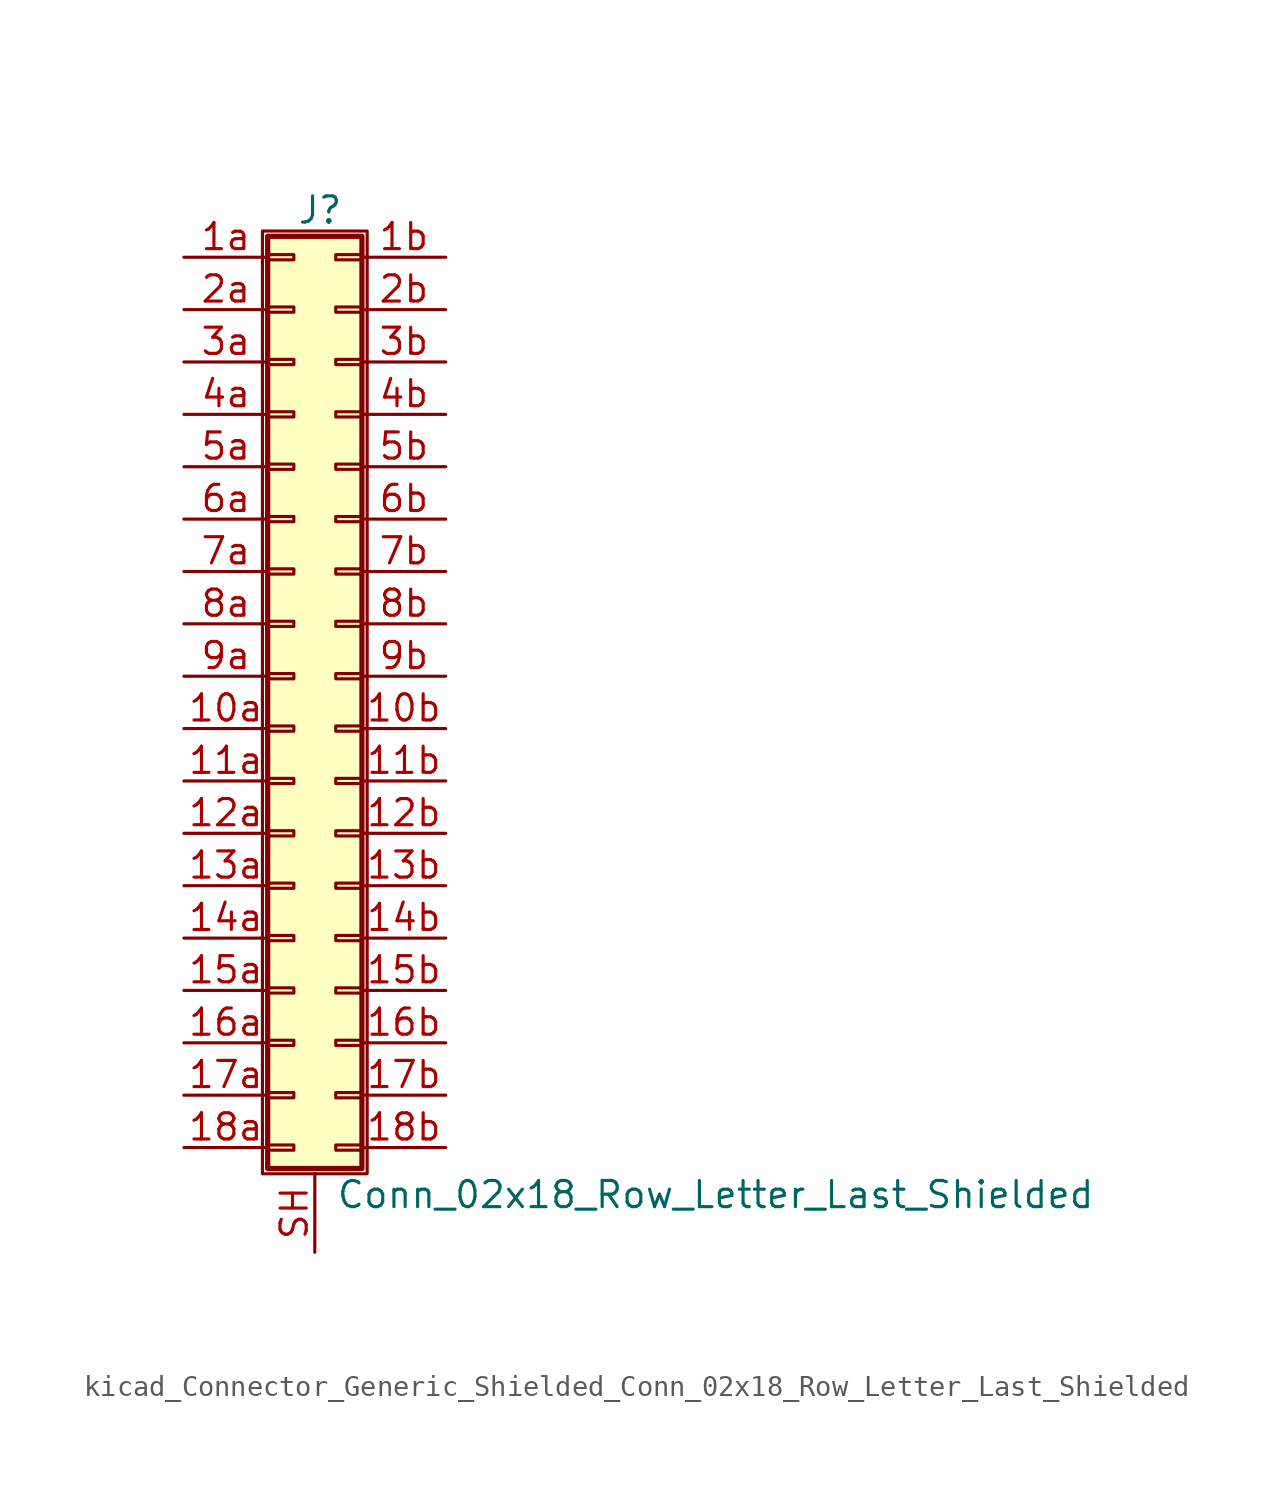
<source format=kicad_sym>
(kicad_symbol_lib
  (version 20220914)
  (generator kicad_symbol_editor)
  (symbol "kicad_Connector_Generic_Shielded_Conn_02x18_Row_Letter_Last_Shielded"
    (pin_names
      (offset 1.016) hide)
    (property "Reference" "J"
      (at 1.524 22.606 0)
      (effects (font (size 1.27 1.27))))
    (property "Value" "Conn_02x18_Row_Letter_Last_Shielded"
      (at 2.286 -25.146 0)
      (effects (font (size 1.27 1.27)) (justify left)))
    (symbol "kicad_Connector_Generic_Shielded_Conn_02x18_Row_Letter_Last_Shielded_1_1"
      (rectangle (start -1.27 21.59) (end 3.81 -24.13) (stroke (width 0.152) (type default)) (fill (type none)))
      (rectangle (start -1.016 -22.733) (end 0.254 -22.987) (stroke (width 0.152) (type default)) (fill (type none)))
      (rectangle (start -1.016 -20.193) (end 0.254 -20.447) (stroke (width 0.152) (type default)) (fill (type none)))
      (rectangle (start -1.016 -17.653) (end 0.254 -17.907) (stroke (width 0.152) (type default)) (fill (type none)))
      (rectangle (start -1.016 -15.113) (end 0.254 -15.367) (stroke (width 0.152) (type default)) (fill (type none)))
      (rectangle (start -1.016 -12.573) (end 0.254 -12.827) (stroke (width 0.152) (type default)) (fill (type none)))
      (rectangle (start -1.016 -10.033) (end 0.254 -10.287) (stroke (width 0.152) (type default)) (fill (type none)))
      (rectangle (start -1.016 -7.493) (end 0.254 -7.747) (stroke (width 0.152) (type default)) (fill (type none)))
      (rectangle (start -1.016 -4.953) (end 0.254 -5.207) (stroke (width 0.152) (type default)) (fill (type none)))
      (rectangle (start -1.016 -2.413) (end 0.254 -2.667) (stroke (width 0.152) (type default)) (fill (type none)))
      (rectangle (start -1.016 0.127) (end 0.254 -0.127) (stroke (width 0.152) (type default)) (fill (type none)))
      (rectangle (start -1.016 2.667) (end 0.254 2.413) (stroke (width 0.152) (type default)) (fill (type none)))
      (rectangle (start -1.016 5.207) (end 0.254 4.953) (stroke (width 0.152) (type default)) (fill (type none)))
      (rectangle (start -1.016 7.747) (end 0.254 7.493) (stroke (width 0.152) (type default)) (fill (type none)))
      (rectangle (start -1.016 10.287) (end 0.254 10.033) (stroke (width 0.152) (type default)) (fill (type none)))
      (rectangle (start -1.016 12.827) (end 0.254 12.573) (stroke (width 0.152) (type default)) (fill (type none)))
      (rectangle (start -1.016 15.367) (end 0.254 15.113) (stroke (width 0.152) (type default)) (fill (type none)))
      (rectangle (start -1.016 17.907) (end 0.254 17.653) (stroke (width 0.152) (type default)) (fill (type none)))
      (rectangle (start -1.016 20.447) (end 0.254 20.193) (stroke (width 0.152) (type default)) (fill (type none)))
      (rectangle (start -1.016 21.336) (end 3.556 -23.876) (stroke (width 0.254) (type default)) (fill (type background)))
      (rectangle (start 3.556 -22.733) (end 2.286 -22.987) (stroke (width 0.152) (type default)) (fill (type none)))
      (rectangle (start 3.556 -20.193) (end 2.286 -20.447) (stroke (width 0.152) (type default)) (fill (type none)))
      (rectangle (start 3.556 -17.653) (end 2.286 -17.907) (stroke (width 0.152) (type default)) (fill (type none)))
      (rectangle (start 3.556 -15.113) (end 2.286 -15.367) (stroke (width 0.152) (type default)) (fill (type none)))
      (rectangle (start 3.556 -12.573) (end 2.286 -12.827) (stroke (width 0.152) (type default)) (fill (type none)))
      (rectangle (start 3.556 -10.033) (end 2.286 -10.287) (stroke (width 0.152) (type default)) (fill (type none)))
      (rectangle (start 3.556 -7.493) (end 2.286 -7.747) (stroke (width 0.152) (type default)) (fill (type none)))
      (rectangle (start 3.556 -4.953) (end 2.286 -5.207) (stroke (width 0.152) (type default)) (fill (type none)))
      (rectangle (start 3.556 -2.413) (end 2.286 -2.667) (stroke (width 0.152) (type default)) (fill (type none)))
      (rectangle (start 3.556 0.127) (end 2.286 -0.127) (stroke (width 0.152) (type default)) (fill (type none)))
      (rectangle (start 3.556 2.667) (end 2.286 2.413) (stroke (width 0.152) (type default)) (fill (type none)))
      (rectangle (start 3.556 5.207) (end 2.286 4.953) (stroke (width 0.152) (type default)) (fill (type none)))
      (rectangle (start 3.556 7.747) (end 2.286 7.493) (stroke (width 0.152) (type default)) (fill (type none)))
      (rectangle (start 3.556 10.287) (end 2.286 10.033) (stroke (width 0.152) (type default)) (fill (type none)))
      (rectangle (start 3.556 12.827) (end 2.286 12.573) (stroke (width 0.152) (type default)) (fill (type none)))
      (rectangle (start 3.556 15.367) (end 2.286 15.113) (stroke (width 0.152) (type default)) (fill (type none)))
      (rectangle (start 3.556 17.907) (end 2.286 17.653) (stroke (width 0.152) (type default)) (fill (type none)))
      (rectangle (start 3.556 20.447) (end 2.286 20.193) (stroke (width 0.152) (type default)) (fill (type none)))
      (pin passive line (at -5.08 -2.54 0) (length 4.064) (name "Pin_10a" (effects (font (size 1.27 1.27)))) (number "10a" (effects (font (size 1.27 1.27)))))
      (pin passive line (at 7.62 -2.54 180) (length 4.064) (name "Pin_10b" (effects (font (size 1.27 1.27)))) (number "10b" (effects (font (size 1.27 1.27)))))
      (pin passive line (at -5.08 -5.08 0) (length 4.064) (name "Pin_11a" (effects (font (size 1.27 1.27)))) (number "11a" (effects (font (size 1.27 1.27)))))
      (pin passive line (at 7.62 -5.08 180) (length 4.064) (name "Pin_11b" (effects (font (size 1.27 1.27)))) (number "11b" (effects (font (size 1.27 1.27)))))
      (pin passive line (at -5.08 -7.62 0) (length 4.064) (name "Pin_12a" (effects (font (size 1.27 1.27)))) (number "12a" (effects (font (size 1.27 1.27)))))
      (pin passive line (at 7.62 -7.62 180) (length 4.064) (name "Pin_12b" (effects (font (size 1.27 1.27)))) (number "12b" (effects (font (size 1.27 1.27)))))
      (pin passive line (at -5.08 -10.16 0) (length 4.064) (name "Pin_13a" (effects (font (size 1.27 1.27)))) (number "13a" (effects (font (size 1.27 1.27)))))
      (pin passive line (at 7.62 -10.16 180) (length 4.064) (name "Pin_13b" (effects (font (size 1.27 1.27)))) (number "13b" (effects (font (size 1.27 1.27)))))
      (pin passive line (at -5.08 -12.7 0) (length 4.064) (name "Pin_14a" (effects (font (size 1.27 1.27)))) (number "14a" (effects (font (size 1.27 1.27)))))
      (pin passive line (at 7.62 -12.7 180) (length 4.064) (name "Pin_14b" (effects (font (size 1.27 1.27)))) (number "14b" (effects (font (size 1.27 1.27)))))
      (pin passive line (at -5.08 -15.24 0) (length 4.064) (name "Pin_15a" (effects (font (size 1.27 1.27)))) (number "15a" (effects (font (size 1.27 1.27)))))
      (pin passive line (at 7.62 -15.24 180) (length 4.064) (name "Pin_15b" (effects (font (size 1.27 1.27)))) (number "15b" (effects (font (size 1.27 1.27)))))
      (pin passive line (at -5.08 -17.78 0) (length 4.064) (name "Pin_16a" (effects (font (size 1.27 1.27)))) (number "16a" (effects (font (size 1.27 1.27)))))
      (pin passive line (at 7.62 -17.78 180) (length 4.064) (name "Pin_16b" (effects (font (size 1.27 1.27)))) (number "16b" (effects (font (size 1.27 1.27)))))
      (pin passive line (at -5.08 -20.32 0) (length 4.064) (name "Pin_17a" (effects (font (size 1.27 1.27)))) (number "17a" (effects (font (size 1.27 1.27)))))
      (pin passive line (at 7.62 -20.32 180) (length 4.064) (name "Pin_17b" (effects (font (size 1.27 1.27)))) (number "17b" (effects (font (size 1.27 1.27)))))
      (pin passive line (at -5.08 -22.86 0) (length 4.064) (name "Pin_18a" (effects (font (size 1.27 1.27)))) (number "18a" (effects (font (size 1.27 1.27)))))
      (pin passive line (at 7.62 -22.86 180) (length 4.064) (name "Pin_18b" (effects (font (size 1.27 1.27)))) (number "18b" (effects (font (size 1.27 1.27)))))
      (pin passive line (at -5.08 20.32 0) (length 4.064) (name "Pin_1a" (effects (font (size 1.27 1.27)))) (number "1a" (effects (font (size 1.27 1.27)))))
      (pin passive line (at 7.62 20.32 180) (length 4.064) (name "Pin_1b" (effects (font (size 1.27 1.27)))) (number "1b" (effects (font (size 1.27 1.27)))))
      (pin passive line (at -5.08 17.78 0) (length 4.064) (name "Pin_2a" (effects (font (size 1.27 1.27)))) (number "2a" (effects (font (size 1.27 1.27)))))
      (pin passive line (at 7.62 17.78 180) (length 4.064) (name "Pin_2b" (effects (font (size 1.27 1.27)))) (number "2b" (effects (font (size 1.27 1.27)))))
      (pin passive line (at -5.08 15.24 0) (length 4.064) (name "Pin_3a" (effects (font (size 1.27 1.27)))) (number "3a" (effects (font (size 1.27 1.27)))))
      (pin passive line (at 7.62 15.24 180) (length 4.064) (name "Pin_3b" (effects (font (size 1.27 1.27)))) (number "3b" (effects (font (size 1.27 1.27)))))
      (pin passive line (at -5.08 12.7 0) (length 4.064) (name "Pin_4a" (effects (font (size 1.27 1.27)))) (number "4a" (effects (font (size 1.27 1.27)))))
      (pin passive line (at 7.62 12.7 180) (length 4.064) (name "Pin_4b" (effects (font (size 1.27 1.27)))) (number "4b" (effects (font (size 1.27 1.27)))))
      (pin passive line (at -5.08 10.16 0) (length 4.064) (name "Pin_5a" (effects (font (size 1.27 1.27)))) (number "5a" (effects (font (size 1.27 1.27)))))
      (pin passive line (at 7.62 10.16 180) (length 4.064) (name "Pin_5b" (effects (font (size 1.27 1.27)))) (number "5b" (effects (font (size 1.27 1.27)))))
      (pin passive line (at -5.08 7.62 0) (length 4.064) (name "Pin_6a" (effects (font (size 1.27 1.27)))) (number "6a" (effects (font (size 1.27 1.27)))))
      (pin passive line (at 7.62 7.62 180) (length 4.064) (name "Pin_6b" (effects (font (size 1.27 1.27)))) (number "6b" (effects (font (size 1.27 1.27)))))
      (pin passive line (at -5.08 5.08 0) (length 4.064) (name "Pin_7a" (effects (font (size 1.27 1.27)))) (number "7a" (effects (font (size 1.27 1.27)))))
      (pin passive line (at 7.62 5.08 180) (length 4.064) (name "Pin_7b" (effects (font (size 1.27 1.27)))) (number "7b" (effects (font (size 1.27 1.27)))))
      (pin passive line (at -5.08 2.54 0) (length 4.064) (name "Pin_8a" (effects (font (size 1.27 1.27)))) (number "8a" (effects (font (size 1.27 1.27)))))
      (pin passive line (at 7.62 2.54 180) (length 4.064) (name "Pin_8b" (effects (font (size 1.27 1.27)))) (number "8b" (effects (font (size 1.27 1.27)))))
      (pin passive line (at -5.08 0 0) (length 4.064) (name "Pin_9a" (effects (font (size 1.27 1.27)))) (number "9a" (effects (font (size 1.27 1.27)))))
      (pin passive line (at 7.62 0 180) (length 4.064) (name "Pin_9b" (effects (font (size 1.27 1.27)))) (number "9b" (effects (font (size 1.27 1.27)))))
      (pin passive line (at 1.27 -27.94 90) (length 3.81) (name "Shield" (effects (font (size 1.27 1.27)))) (number "SH" (effects (font (size 1.27 1.27))))))))
</source>
